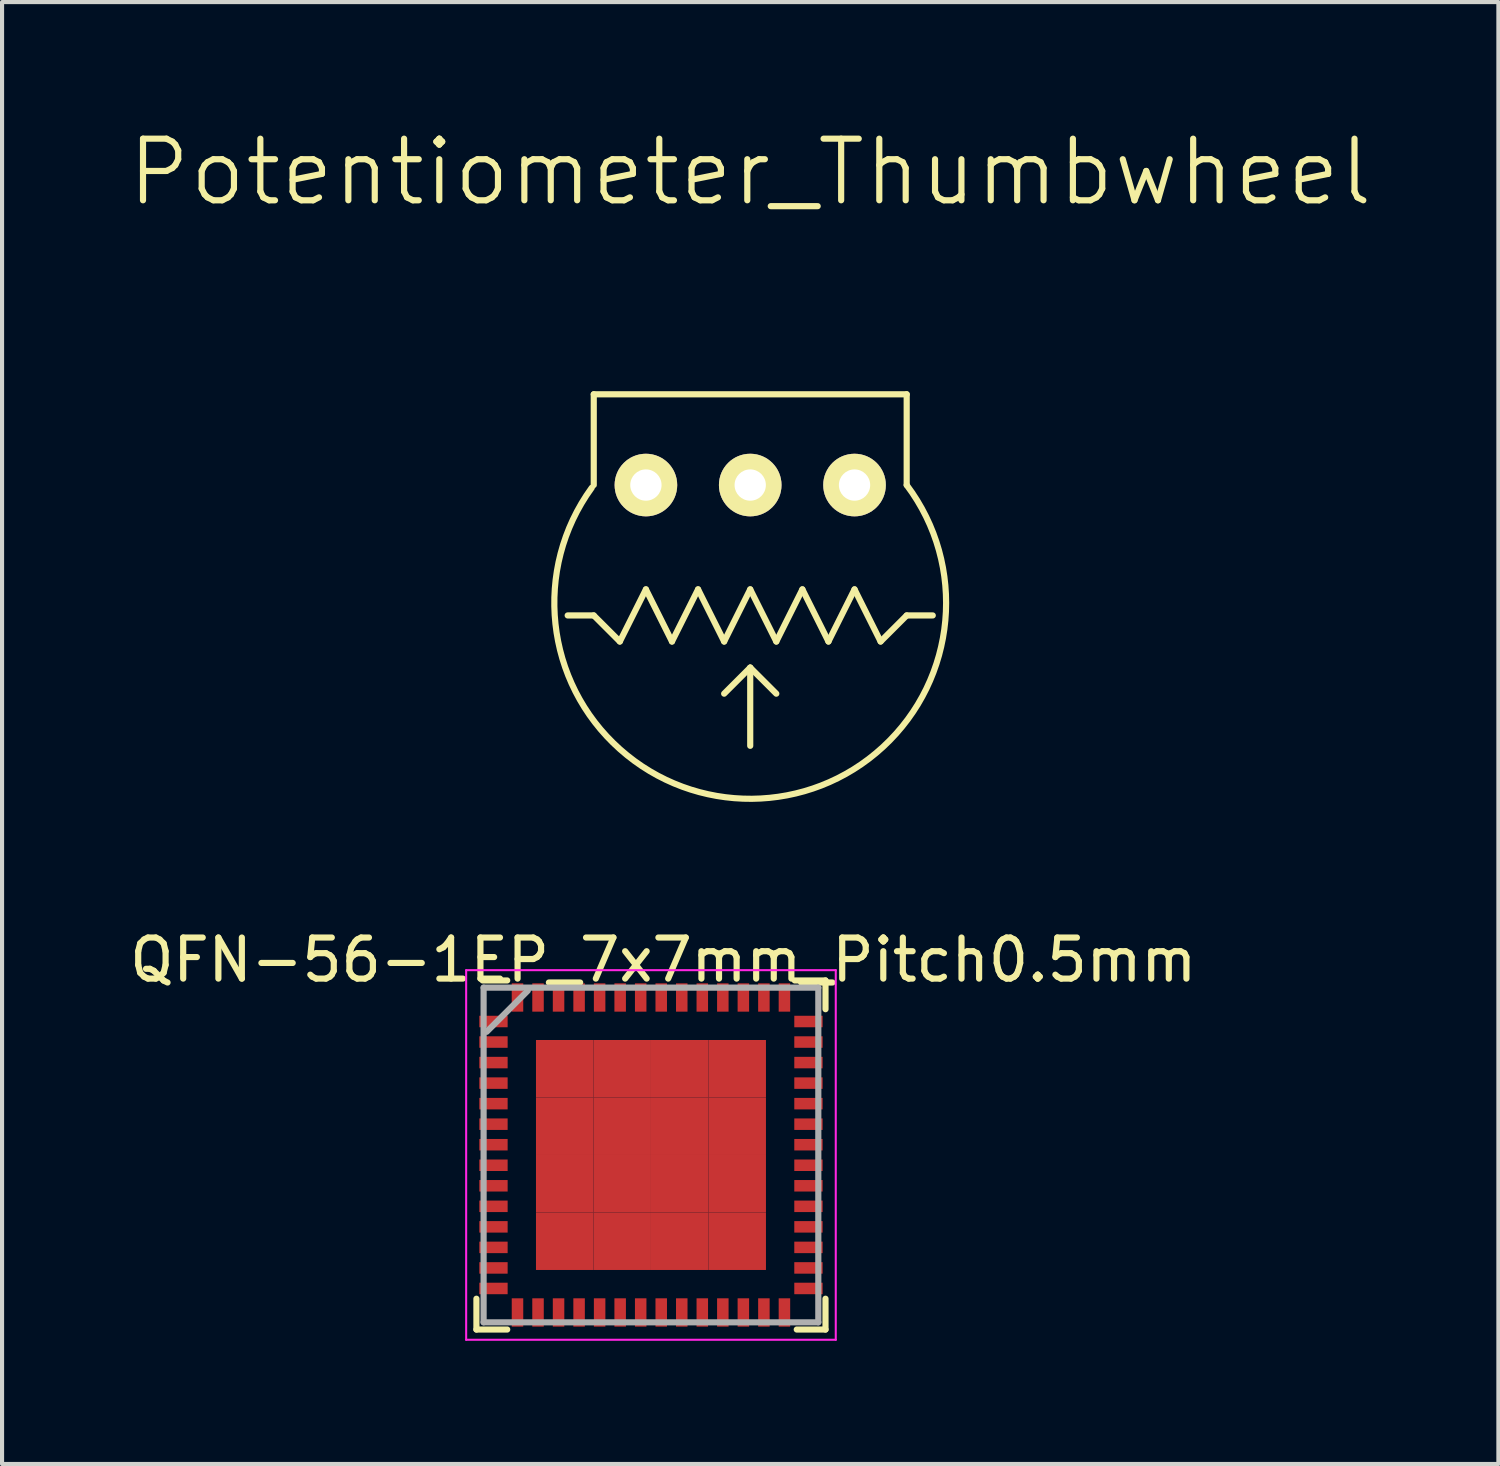
<source format=kicad_pcb>
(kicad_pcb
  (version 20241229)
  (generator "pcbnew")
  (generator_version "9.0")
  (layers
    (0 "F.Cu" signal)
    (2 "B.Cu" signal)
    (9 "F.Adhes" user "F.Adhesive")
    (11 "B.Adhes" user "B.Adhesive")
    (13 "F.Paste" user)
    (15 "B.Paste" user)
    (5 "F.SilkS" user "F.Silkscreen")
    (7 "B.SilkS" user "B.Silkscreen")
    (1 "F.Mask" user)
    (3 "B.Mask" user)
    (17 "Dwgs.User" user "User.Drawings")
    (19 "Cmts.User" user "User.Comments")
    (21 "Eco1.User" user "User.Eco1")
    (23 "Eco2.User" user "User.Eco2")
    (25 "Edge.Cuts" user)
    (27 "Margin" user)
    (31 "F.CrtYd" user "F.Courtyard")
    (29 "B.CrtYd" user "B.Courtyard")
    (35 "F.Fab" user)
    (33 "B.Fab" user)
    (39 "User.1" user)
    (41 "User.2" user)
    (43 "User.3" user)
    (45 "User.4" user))
  (footprint "Potentiometer_Thumbwheel"
    (layer "F.Cu")
    (at 15.218 8.761)
    (property "Reference" "Potentiometer_Thumbwheel" (at 0 -7.62 0) (layer "F.SilkS") (effects (font (size 1.5 1.5) (thickness 0.15))))
    (attr through_hole)
    (fp_line (start -3.81 -2.21) (end 3.81 -2.21) (stroke (width 0.15) (type solid)) (layer "F.SilkS"))
    (fp_line (start -3.81 0) (end -3.81 -2.21) (stroke (width 0.15) (type solid)) (layer "F.SilkS"))
    (fp_line (start -3.81 3.175) (end -4.445 3.175) (stroke (width 0.15) (type solid)) (layer "F.SilkS"))
    (fp_line (start -3.175 3.81) (end -3.81 3.175) (stroke (width 0.15) (type solid)) (layer "F.SilkS"))
    (fp_line (start -3.175 3.81) (end -2.54 2.54) (stroke (width 0.15) (type solid)) (layer "F.SilkS"))
    (fp_line (start -2.54 2.54) (end -1.905 3.81) (stroke (width 0.15) (type solid)) (layer "F.SilkS"))
    (fp_line (start -1.905 3.81) (end -1.27 2.54) (stroke (width 0.15) (type solid)) (layer "F.SilkS"))
    (fp_line (start -1.27 2.54) (end -0.635 3.81) (stroke (width 0.15) (type solid)) (layer "F.SilkS"))
    (fp_line (start -0.635 3.81) (end 0 2.54) (stroke (width 0.15) (type solid)) (layer "F.SilkS"))
    (fp_line (start 0 2.54) (end 0.635 3.81) (stroke (width 0.15) (type solid)) (layer "F.SilkS"))
    (fp_line (start 0 4.445) (end -0.635 5.08) (stroke (width 0.15) (type solid)) (layer "F.SilkS"))
    (fp_line (start 0 4.445) (end 0.635 5.08) (stroke (width 0.15) (type solid)) (layer "F.SilkS"))
    (fp_line (start 0 6.35) (end 0 4.445) (stroke (width 0.15) (type solid)) (layer "F.SilkS"))
    (fp_line (start 0.635 3.81) (end 1.27 2.54) (stroke (width 0.15) (type solid)) (layer "F.SilkS"))
    (fp_line (start 1.27 2.54) (end 1.905 3.81) (stroke (width 0.15) (type solid)) (layer "F.SilkS"))
    (fp_line (start 1.905 3.81) (end 2.54 2.54) (stroke (width 0.15) (type solid)) (layer "F.SilkS"))
    (fp_line (start 2.54 2.54) (end 3.175 3.81) (stroke (width 0.15) (type solid)) (layer "F.SilkS"))
    (fp_line (start 3.175 3.81) (end 3.81 3.175) (stroke (width 0.15) (type solid)) (layer "F.SilkS"))
    (fp_line (start 3.81 0) (end 3.81 -2.21) (stroke (width 0.15) (type solid)) (layer "F.SilkS"))
    (fp_line (start 3.81 3.175) (end 4.445 3.175) (stroke (width 0.15) (type solid)) (layer "F.SilkS"))
    (fp_arc (start 3.81 0) (mid 0.040795 7.639836) (end -3.858531 0.065586) (stroke (width 0.15) (type solid)) (layer "F.SilkS"))
    (pad "1" thru_hole circle (at -2.54 0) (size 1.524 1.524) (drill 0.762) (layers "*.Cu" "*.Mask" "F.SilkS"))
    (pad "2" thru_hole circle (at 0 0) (size 1.524 1.524) (drill 0.762) (layers "*.Cu" "*.Mask" "F.SilkS"))
    (pad "3" thru_hole circle (at 2.54 0) (size 1.524 1.524) (drill 0.762) (layers "*.Cu" "*.Mask" "F.SilkS")))
  (footprint "QFN-56-1EP_7x7mm_Pitch0.5mm"
    (layer "F.Cu")
    (at 12.801 25.074)
    (property "Reference" "QFN-56-1EP_7x7mm_Pitch0.5mm" (at 0.3 -4.75 0) (layer "F.SilkS") (effects (font (size 1 1) (thickness 0.15))))
    (attr smd)
    (fp_line (start -4.25 3.5) (end -4.25 4.25) (stroke (width 0.15) (type solid)) (layer "F.SilkS"))
    (fp_line (start -4.25 4.25) (end -3.5 4.25) (stroke (width 0.15) (type solid)) (layer "F.SilkS"))
    (fp_line (start -4.1 -4.25) (end -3.5 -4.25) (stroke (width 0.15) (type solid)) (layer "F.SilkS"))
    (fp_line (start 4.25 -4.25) (end 3.5 -4.25) (stroke (width 0.15) (type solid)) (layer "F.SilkS"))
    (fp_line (start 4.25 -4.25) (end 4.25 -3.55) (stroke (width 0.15) (type solid)) (layer "F.SilkS"))
    (fp_line (start 4.25 3.5) (end 4.25 4.25) (stroke (width 0.15) (type solid)) (layer "F.SilkS"))
    (fp_line (start 4.25 4.25) (end 3.55 4.25) (stroke (width 0.15) (type solid)) (layer "F.SilkS"))
    (fp_line (start -4.5 -4.5) (end -4.5 4.5) (stroke (width 0.05) (type solid)) (layer "F.CrtYd"))
    (fp_line (start -4.5 -4.5) (end 4.5 -4.5) (stroke (width 0.05) (type solid)) (layer "F.CrtYd"))
    (fp_line (start -4.5 4.5) (end 4.5 4.5) (stroke (width 0.05) (type solid)) (layer "F.CrtYd"))
    (fp_line (start 4.5 -4.5) (end 4.5 4.5) (stroke (width 0.05) (type solid)) (layer "F.CrtYd"))
    (fp_line (start -4.075 -4.075) (end 4.075 -4.075) (stroke (width 0.15) (type solid)) (layer "F.Fab"))
    (fp_line (start -4.075 4.075) (end -4.075 -4.075) (stroke (width 0.15) (type solid)) (layer "F.Fab"))
    (fp_line (start -4 -3) (end -3 -4) (stroke (width 0.15) (type solid)) (layer "F.Fab"))
    (fp_line (start 4.075 -4.075) (end 4.075 4.075) (stroke (width 0.15) (type solid)) (layer "F.Fab"))
    (fp_line (start 4.075 4.075) (end -4.075 4.075) (stroke (width 0.15) (type solid)) (layer "F.Fab"))
    (pad "1" smd rect (at -3.835 -3.25) (size 0.69 0.28) (layers "F.Cu" "F.Mask" "F.Paste"))
    (pad "2" smd rect (at -3.835 -2.75) (size 0.69 0.28) (layers "F.Cu" "F.Mask" "F.Paste"))
    (pad "3" smd rect (at -3.835 -2.25) (size 0.69 0.28) (layers "F.Cu" "F.Mask" "F.Paste"))
    (pad "4" smd rect (at -3.835 -1.75) (size 0.69 0.28) (layers "F.Cu" "F.Mask" "F.Paste"))
    (pad "5" smd rect (at -3.835 -1.25) (size 0.69 0.28) (layers "F.Cu" "F.Mask" "F.Paste"))
    (pad "6" smd rect (at -3.835 -0.75) (size 0.69 0.28) (layers "F.Cu" "F.Mask" "F.Paste"))
    (pad "7" smd rect (at -3.835 -0.25) (size 0.69 0.28) (layers "F.Cu" "F.Mask" "F.Paste"))
    (pad "8" smd rect (at -3.835 0.25) (size 0.69 0.28) (layers "F.Cu" "F.Mask" "F.Paste"))
    (pad "9" smd rect (at -3.835 0.75) (size 0.69 0.28) (layers "F.Cu" "F.Mask" "F.Paste"))
    (pad "10" smd rect (at -3.835 1.25) (size 0.69 0.28) (layers "F.Cu" "F.Mask" "F.Paste"))
    (pad "11" smd rect (at -3.835 1.75) (size 0.69 0.28) (layers "F.Cu" "F.Mask" "F.Paste"))
    (pad "12" smd rect (at -3.835 2.25) (size 0.69 0.28) (layers "F.Cu" "F.Mask" "F.Paste"))
    (pad "13" smd rect (at -3.835 2.75) (size 0.69 0.28) (layers "F.Cu" "F.Mask" "F.Paste"))
    (pad "14" smd rect (at -3.835 3.25) (size 0.69 0.28) (layers "F.Cu" "F.Mask" "F.Paste"))
    (pad "15" smd rect (at -3.25 3.835 90) (size 0.69 0.28) (layers "F.Cu" "F.Mask" "F.Paste"))
    (pad "16" smd rect (at -2.75 3.835 90) (size 0.69 0.28) (layers "F.Cu" "F.Mask" "F.Paste"))
    (pad "17" smd rect (at -2.25 3.835 90) (size 0.69 0.28) (layers "F.Cu" "F.Mask" "F.Paste"))
    (pad "18" smd rect (at -1.75 3.835 90) (size 0.69 0.28) (layers "F.Cu" "F.Mask" "F.Paste"))
    (pad "19" smd rect (at -1.25 3.835 90) (size 0.69 0.28) (layers "F.Cu" "F.Mask" "F.Paste"))
    (pad "20" smd rect (at -0.75 3.835 90) (size 0.69 0.28) (layers "F.Cu" "F.Mask" "F.Paste"))
    (pad "21" smd rect (at -0.25 3.835 90) (size 0.69 0.28) (layers "F.Cu" "F.Mask" "F.Paste"))
    (pad "22" smd rect (at 0.25 3.835 90) (size 0.69 0.28) (layers "F.Cu" "F.Mask" "F.Paste"))
    (pad "23" smd rect (at 0.75 3.835 90) (size 0.69 0.28) (layers "F.Cu" "F.Mask" "F.Paste"))
    (pad "24" smd rect (at 1.25 3.835 90) (size 0.69 0.28) (layers "F.Cu" "F.Mask" "F.Paste"))
    (pad "25" smd rect (at 1.75 3.835 90) (size 0.69 0.28) (layers "F.Cu" "F.Mask" "F.Paste"))
    (pad "26" smd rect (at 2.25 3.835 90) (size 0.69 0.28) (layers "F.Cu" "F.Mask" "F.Paste"))
    (pad "27" smd rect (at 2.75 3.835 90) (size 0.69 0.28) (layers "F.Cu" "F.Mask" "F.Paste"))
    (pad "28" smd rect (at 3.25 3.835 90) (size 0.69 0.28) (layers "F.Cu" "F.Mask" "F.Paste"))
    (pad "29" smd rect (at 3.835 3.25) (size 0.69 0.28) (layers "F.Cu" "F.Mask" "F.Paste"))
    (pad "30" smd rect (at 3.835 2.75) (size 0.69 0.28) (layers "F.Cu" "F.Mask" "F.Paste"))
    (pad "31" smd rect (at 3.835 2.25) (size 0.69 0.28) (layers "F.Cu" "F.Mask" "F.Paste"))
    (pad "32" smd rect (at 3.835 1.75) (size 0.69 0.28) (layers "F.Cu" "F.Mask" "F.Paste"))
    (pad "33" smd rect (at 3.835 1.25) (size 0.69 0.28) (layers "F.Cu" "F.Mask" "F.Paste"))
    (pad "34" smd rect (at 3.835 0.75) (size 0.69 0.28) (layers "F.Cu" "F.Mask" "F.Paste"))
    (pad "35" smd rect (at 3.835 0.25) (size 0.69 0.28) (layers "F.Cu" "F.Mask" "F.Paste"))
    (pad "36" smd rect (at 3.835 -0.25) (size 0.69 0.28) (layers "F.Cu" "F.Mask" "F.Paste"))
    (pad "37" smd rect (at 3.835 -0.75) (size 0.69 0.28) (layers "F.Cu" "F.Mask" "F.Paste"))
    (pad "38" smd rect (at 3.835 -1.25) (size 0.69 0.28) (layers "F.Cu" "F.Mask" "F.Paste"))
    (pad "39" smd rect (at 3.835 -1.75) (size 0.69 0.28) (layers "F.Cu" "F.Mask" "F.Paste"))
    (pad "40" smd rect (at 3.835 -2.25) (size 0.69 0.28) (layers "F.Cu" "F.Mask" "F.Paste"))
    (pad "41" smd rect (at 3.835 -2.75) (size 0.69 0.28) (layers "F.Cu" "F.Mask" "F.Paste"))
    (pad "42" smd rect (at 3.835 -3.25) (size 0.69 0.28) (layers "F.Cu" "F.Mask" "F.Paste"))
    (pad "43" smd rect (at 3.25 -3.835 90) (size 0.69 0.28) (layers "F.Cu" "F.Mask" "F.Paste"))
    (pad "44" smd rect (at 2.75 -3.835 90) (size 0.69 0.28) (layers "F.Cu" "F.Mask" "F.Paste"))
    (pad "45" smd rect (at 2.25 -3.835 90) (size 0.69 0.28) (layers "F.Cu" "F.Mask" "F.Paste"))
    (pad "46" smd rect (at 1.75 -3.835 90) (size 0.69 0.28) (layers "F.Cu" "F.Mask" "F.Paste"))
    (pad "47" smd rect (at 1.25 -3.835 90) (size 0.69 0.28) (layers "F.Cu" "F.Mask" "F.Paste"))
    (pad "48" smd rect (at 0.75 -3.835 90) (size 0.69 0.28) (layers "F.Cu" "F.Mask" "F.Paste"))
    (pad "49" smd rect (at 0.25 -3.835 90) (size 0.69 0.28) (layers "F.Cu" "F.Mask" "F.Paste"))
    (pad "50" smd rect (at -0.25 -3.835 90) (size 0.69 0.28) (layers "F.Cu" "F.Mask" "F.Paste"))
    (pad "51" smd rect (at -0.75 -3.835 90) (size 0.69 0.28) (layers "F.Cu" "F.Mask" "F.Paste"))
    (pad "52" smd rect (at -1.25 -3.835 90) (size 0.69 0.28) (layers "F.Cu" "F.Mask" "F.Paste"))
    (pad "53" smd rect (at -1.75 -3.835 90) (size 0.69 0.28) (layers "F.Cu" "F.Mask" "F.Paste"))
    (pad "54" smd rect (at -2.25 -3.835 90) (size 0.69 0.28) (layers "F.Cu" "F.Mask" "F.Paste"))
    (pad "55" smd rect (at -2.75 -3.835 90) (size 0.69 0.28) (layers "F.Cu" "F.Mask" "F.Paste"))
    (pad "56" smd rect (at -3.25 -3.835 90) (size 0.69 0.28) (layers "F.Cu" "F.Mask" "F.Paste"))
    (pad "57" smd rect (at -2.1 -2.1) (size 1.4 1.4) (layers "F.Cu" "F.Mask" "F.Paste"))
    (pad "57" smd rect (at -2.1 -0.7) (size 1.4 1.4) (layers "F.Cu" "F.Mask" "F.Paste"))
    (pad "57" smd rect (at -2.1 0.7) (size 1.4 1.4) (layers "F.Cu" "F.Mask" "F.Paste"))
    (pad "57" smd rect (at -2.1 2.1) (size 1.4 1.4) (layers "F.Cu" "F.Mask" "F.Paste"))
    (pad "57" smd rect (at -0.7 -2.1) (size 1.4 1.4) (layers "F.Cu" "F.Mask" "F.Paste"))
    (pad "57" smd rect (at -0.7 -0.7) (size 1.4 1.4) (layers "F.Cu" "F.Mask" "F.Paste"))
    (pad "57" smd rect (at -0.7 0.7) (size 1.4 1.4) (layers "F.Cu" "F.Mask" "F.Paste"))
    (pad "57" smd rect (at -0.7 2.1) (size 1.4 1.4) (layers "F.Cu" "F.Mask" "F.Paste"))
    (pad "57" smd rect (at 0.7 -2.1) (size 1.4 1.4) (layers "F.Cu" "F.Mask" "F.Paste"))
    (pad "57" smd rect (at 0.7 -0.7) (size 1.4 1.4) (layers "F.Cu" "F.Mask" "F.Paste"))
    (pad "57" smd rect (at 0.7 0.7) (size 1.4 1.4) (layers "F.Cu" "F.Mask" "F.Paste"))
    (pad "57" smd rect (at 0.7 2.1) (size 1.4 1.4) (layers "F.Cu" "F.Mask" "F.Paste"))
    (pad "57" smd rect (at 2.1 -2.1) (size 1.4 1.4) (layers "F.Cu" "F.Mask" "F.Paste"))
    (pad "57" smd rect (at 2.1 -0.7) (size 1.4 1.4) (layers "F.Cu" "F.Mask" "F.Paste"))
    (pad "57" smd rect (at 2.1 0.7) (size 1.4 1.4) (layers "F.Cu" "F.Mask" "F.Paste"))
    (pad "57" smd rect (at 2.1 2.1) (size 1.4 1.4) (layers "F.Cu" "F.Mask" "F.Paste")))
  (gr_rect
    (start -3 -3)
    (end 33.436 32.599)
    (stroke (width 0.1) (type default))
    (fill no)
    (layer "Edge.Cuts")))
</source>
